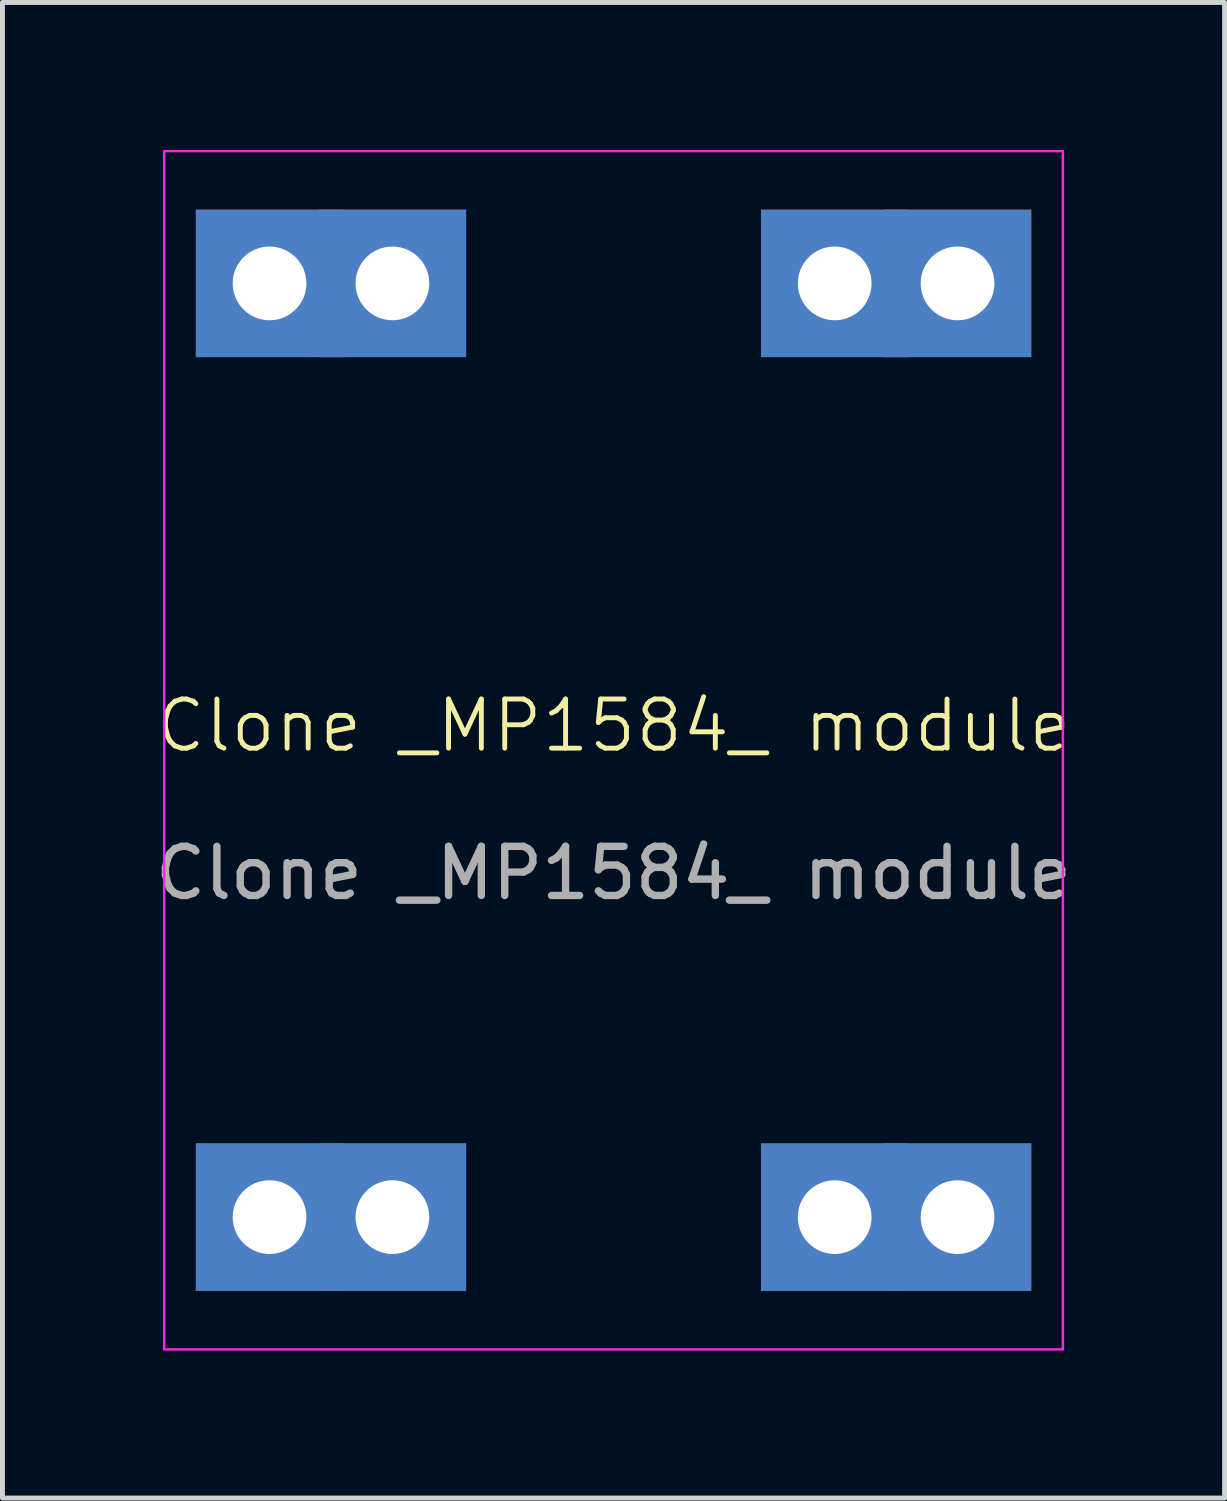
<source format=kicad_pcb>
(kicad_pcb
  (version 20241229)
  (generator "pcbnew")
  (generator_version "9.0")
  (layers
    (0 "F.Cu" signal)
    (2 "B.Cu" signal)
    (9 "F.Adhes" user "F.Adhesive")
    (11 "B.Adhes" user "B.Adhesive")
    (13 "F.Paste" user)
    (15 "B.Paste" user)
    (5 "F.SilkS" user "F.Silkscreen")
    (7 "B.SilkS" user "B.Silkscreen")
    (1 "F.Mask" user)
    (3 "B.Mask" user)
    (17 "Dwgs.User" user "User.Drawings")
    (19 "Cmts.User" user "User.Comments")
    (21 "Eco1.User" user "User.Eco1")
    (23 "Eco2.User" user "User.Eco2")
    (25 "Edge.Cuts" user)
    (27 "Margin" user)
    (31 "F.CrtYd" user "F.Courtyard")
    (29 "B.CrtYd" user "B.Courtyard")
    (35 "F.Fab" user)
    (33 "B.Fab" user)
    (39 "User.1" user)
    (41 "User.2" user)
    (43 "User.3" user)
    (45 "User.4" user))
  (footprint "Clone _MP1584_ module"
    (layer "F.Cu")
    (at 9.435 12.217)
    (property "Reference" "Clone _MP1584_ module" (at 0 -0.5 0) (unlocked yes) (layer "F.SilkS") (effects (font (size 1 1) (thickness 0.1))))
    (attr smd)
    (fp_rect (start -9.144 -12.192) (end 9.144 12.192) (stroke (width 0.05) (type default)) (fill no) (layer "F.CrtYd"))
    (fp_text user "${REFERENCE}" (at 0 2.5 0) (unlocked yes) (layer "F.Fab") (effects (font (size 1 1) (thickness 0.15))))
    (pad "1" thru_hole rect (at 4.5 -9.5) (size 3 3) (drill 1.5) (layers "*.Cu" "*.Mask"))
    (pad "1" thru_hole rect (at 4.5 9.5) (size 3 3) (drill 1.5) (layers "*.Cu" "*.Mask"))
    (pad "1" thru_hole rect (at 7 -9.5) (size 3 3) (drill 1.5) (layers "*.Cu" "*.Mask"))
    (pad "1" thru_hole rect (at 7 9.5) (size 3 3) (drill 1.5) (layers "*.Cu" "*.Mask"))
    (pad "2" thru_hole rect (at -7 -9.5) (size 3 3) (drill 1.5) (layers "*.Cu" "*.Mask"))
    (pad "2" thru_hole rect (at -4.5 -9.5) (size 3 3) (drill 1.5) (layers "*.Cu" "*.Mask"))
    (pad "3" thru_hole rect (at -7 9.5) (size 3 3) (drill 1.5) (layers "*.Cu" "*.Mask"))
    (pad "3" thru_hole rect (at -4.5 9.5) (size 3 3) (drill 1.5) (layers "*.Cu" "*.Mask")))
  (gr_rect
    (start -3 -3)
    (end 21.869 27.434)
    (stroke (width 0.1) (type default))
    (fill no)
    (layer "Edge.Cuts")))
</source>
